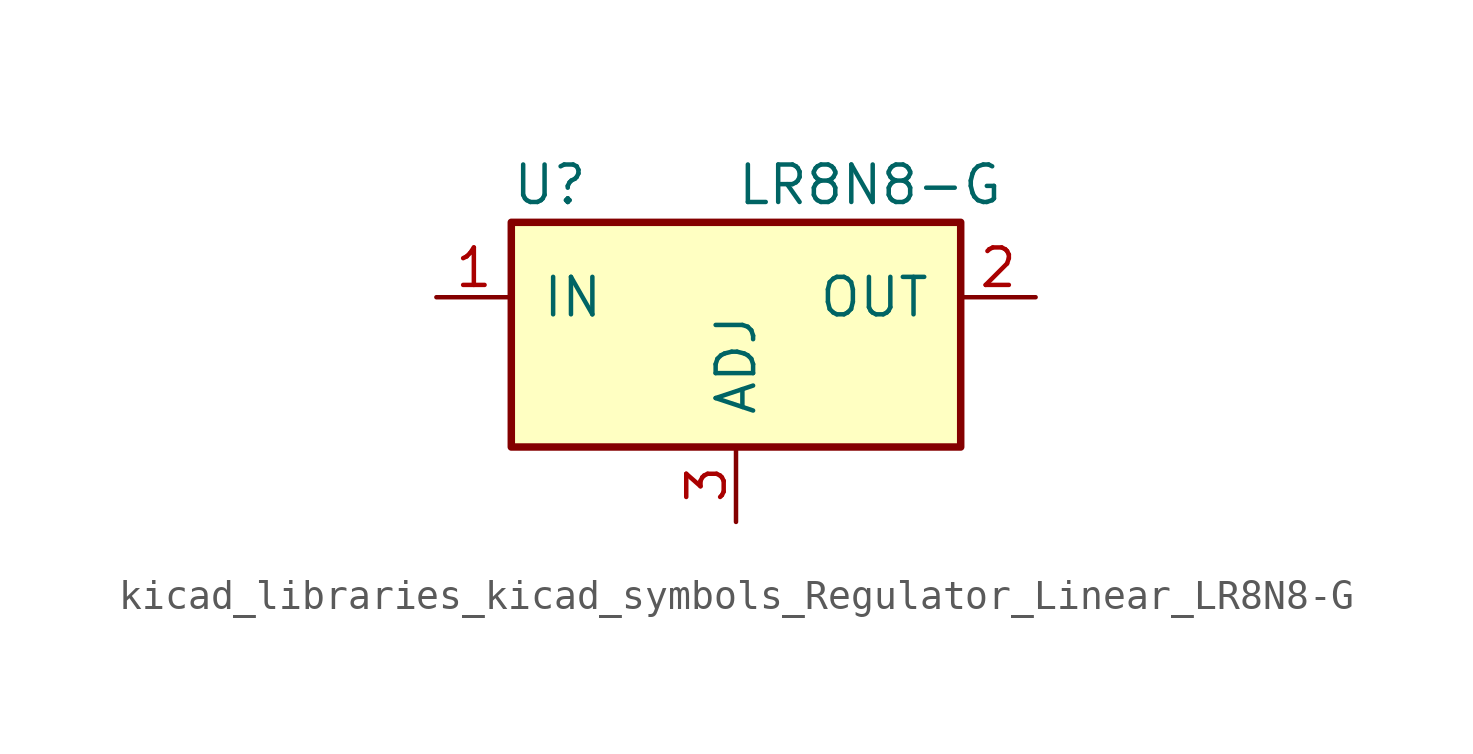
<source format=kicad_sym>
(kicad_symbol_lib
  (version 20220914)
  (generator kicad_symbol_editor)
  (symbol "kicad_libraries_kicad_symbols_Regulator_Linear_LR8N8-G"
    (pin_names
      (offset 1.016))
    (property "Reference" "U"
      (at -7.62 3.81 0)
      (effects (font (size 1.27 1.27)) (justify left)))
    (property "Value" "LR8N8-G"
      (at 0 3.81 0)
      (effects (font (size 1.27 1.27)) (justify left)))
    (symbol "kicad_libraries_kicad_symbols_Regulator_Linear_LR8N8-G_0_1"
      (rectangle (start -7.62 2.54) (end 7.62 -5.08) (stroke (width 0.254) (type default)) (fill (type background))))
    (symbol "kicad_libraries_kicad_symbols_Regulator_Linear_LR8N8-G_1_1"
      (pin input line (at -10.16 0 0) (length 2.54) (name "IN" (effects (font (size 1.27 1.27)))) (number "1" (effects (font (size 1.27 1.27)))))
      (pin power_out line (at 10.16 0 180) (length 2.54) (name "OUT" (effects (font (size 1.27 1.27)))) (number "2" (effects (font (size 1.27 1.27)))))
      (pin input line (at 0 -7.62 90) (length 2.54) (name "ADJ" (effects (font (size 1.27 1.27)))) (number "3" (effects (font (size 1.27 1.27))))))))
</source>
